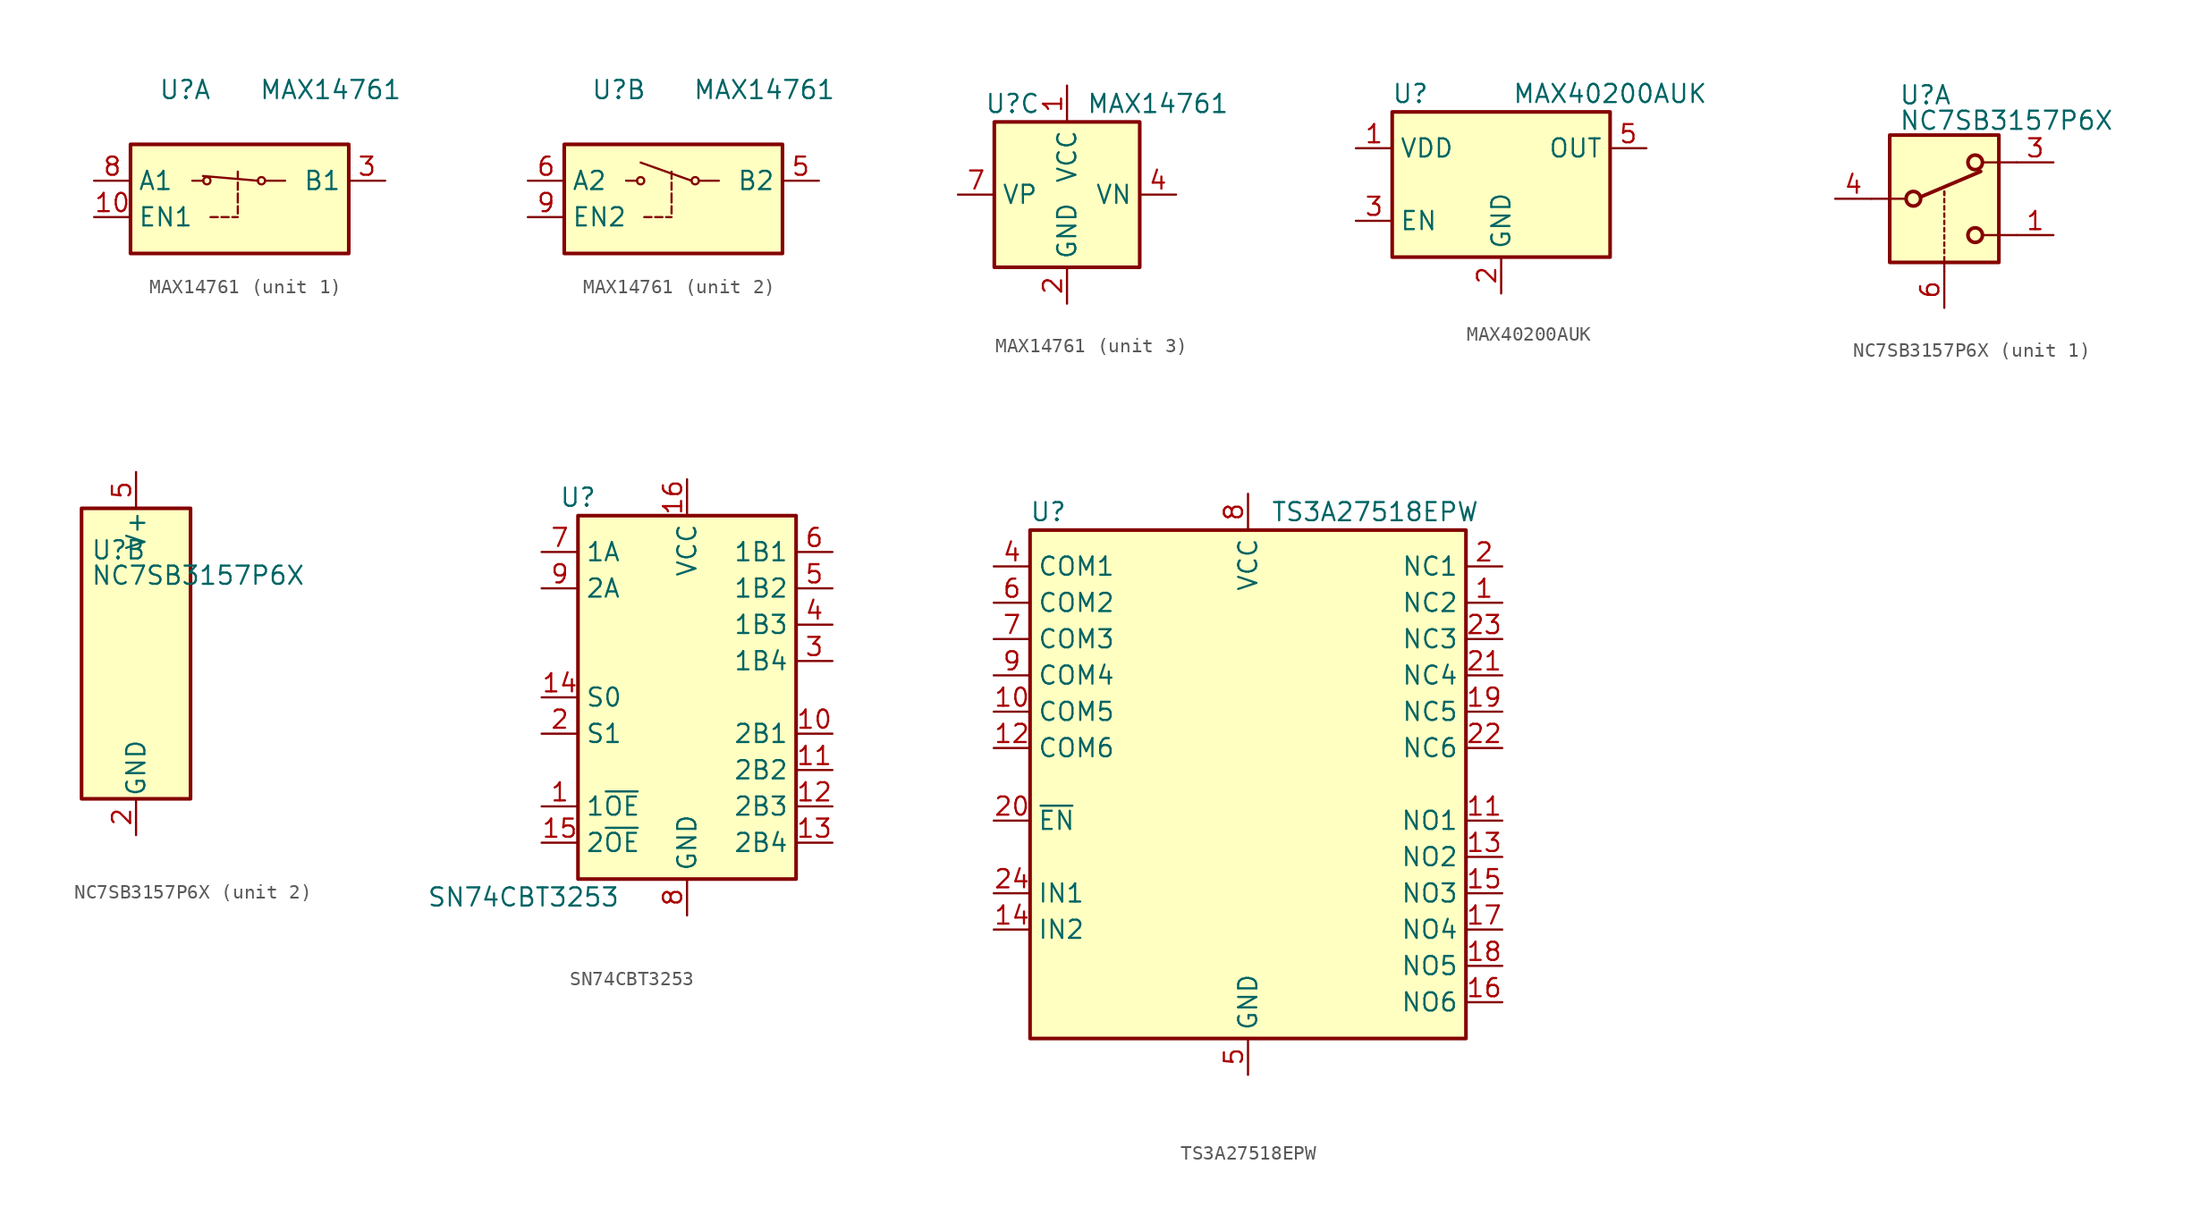
<source format=kicad_sym>
(kicad_symbol_lib
  (version 20241209)
  (generator "kicad_symbol_editor")
  (generator_version "9.0")
  (symbol "MAX14761"
    (property "Reference" "U"
      (at -3.81 6.35 0)
      (effects (font (size 1.27 1.27))))
    (property "Value" "MAX14761"
      (at 6.35 6.35 0)
      (effects (font (size 1.27 1.27))))
    (property "ki_locked" ""
      (at 0 0 0)
      (effects (font (size 1.27 1.27))))
    (symbol "MAX14761_1_1"
      (rectangle (start -7.62 2.54) (end 7.62 -5.08) (stroke (width 0.254) (type default)) (fill (type background)))
      (polyline (pts (xy -3.302 0) (xy -2.54 0)) (stroke (width 0) (type default)) (fill (type none)))
      (circle (center -2.286 0) (radius 0.254) (stroke (width 0) (type default)) (fill (type none)))
      (polyline (pts (xy -2.032 -2.54) (xy -1.524 -2.54)) (stroke (width 0) (type default)) (fill (type none)))
      (polyline (pts (xy -1.27 -2.54) (xy -0.762 -2.54)) (stroke (width 0) (type default)) (fill (type none)))
      (polyline (pts (xy -0.508 -2.54) (xy -0.127 -2.54)) (stroke (width 0) (type default)) (fill (type none)))
      (polyline (pts (xy -0.127 0.127) (xy -0.127 0.635)) (stroke (width 0) (type default)) (fill (type none)))
      (polyline (pts (xy -0.127 -0.635) (xy -0.127 -0.127)) (stroke (width 0) (type default)) (fill (type none)))
      (polyline (pts (xy -0.127 -1.524) (xy -0.127 -0.889)) (stroke (width 0) (type default)) (fill (type none)))
      (polyline (pts (xy -0.127 -2.286) (xy -0.127 -1.778)) (stroke (width 0) (type default)) (fill (type none)))
      (polyline (pts (xy 1.295 0) (xy -2.565 0.33)) (stroke (width 0) (type default)) (fill (type none)))
      (circle (center 1.524 0) (radius 0.254) (stroke (width 0) (type default)) (fill (type none)))
      (polyline (pts (xy 3.175 0) (xy 1.778 0)) (stroke (width 0) (type default)) (fill (type none)))
      (pin passive line (at -10.16 0 0) (length 2.54) (name "A1" (effects (font (size 1.27 1.27)))) (number "8" (effects (font (size 1.27 1.27)))))
      (pin input line (at -10.16 -2.54 0) (length 2.54) (name "EN1" (effects (font (size 1.27 1.27)))) (number "10" (effects (font (size 1.27 1.27)))))
      (pin passive line (at 10.16 0 180) (length 2.54) (name "B1" (effects (font (size 1.27 1.27)))) (number "3" (effects (font (size 1.27 1.27))))))
    (symbol "MAX14761_2_1"
      (rectangle (start -7.62 -5.08) (end 7.62 2.54) (stroke (width 0.254) (type default)) (fill (type background)))
      (polyline (pts (xy -3.302 0) (xy -2.54 0)) (stroke (width 0) (type default)) (fill (type none)))
      (circle (center -2.286 0) (radius 0.254) (stroke (width 0) (type default)) (fill (type none)))
      (polyline (pts (xy -2.032 -2.54) (xy -1.524 -2.54)) (stroke (width 0) (type default)) (fill (type none)))
      (polyline (pts (xy -1.27 -2.54) (xy -0.762 -2.54)) (stroke (width 0) (type default)) (fill (type none)))
      (polyline (pts (xy -0.508 -2.54) (xy -0.127 -2.54)) (stroke (width 0) (type default)) (fill (type none)))
      (polyline (pts (xy -0.127 0.127) (xy -0.127 0.635)) (stroke (width 0) (type default)) (fill (type none)))
      (polyline (pts (xy -0.127 -0.635) (xy -0.127 -0.127)) (stroke (width 0) (type default)) (fill (type none)))
      (polyline (pts (xy -0.127 -1.524) (xy -0.127 -0.889)) (stroke (width 0) (type default)) (fill (type none)))
      (polyline (pts (xy -0.127 -2.286) (xy -0.127 -1.778)) (stroke (width 0) (type default)) (fill (type none)))
      (polyline (pts (xy 1.27 0) (xy -2.286 1.27)) (stroke (width 0) (type default)) (fill (type none)))
      (circle (center 1.524 0) (radius 0.254) (stroke (width 0) (type default)) (fill (type none)))
      (polyline (pts (xy 3.175 0) (xy 1.778 0)) (stroke (width 0) (type default)) (fill (type none)))
      (pin passive line (at -10.16 0 0) (length 2.54) (name "A2" (effects (font (size 1.27 1.27)))) (number "6" (effects (font (size 1.27 1.27)))))
      (pin input line (at -10.16 -2.54 0) (length 2.54) (name "EN2" (effects (font (size 1.27 1.27)))) (number "9" (effects (font (size 1.27 1.27)))))
      (pin passive line (at 10.16 0 180) (length 2.54) (name "B2" (effects (font (size 1.27 1.27)))) (number "5" (effects (font (size 1.27 1.27))))))
    (symbol "MAX14761_3_1"
      (rectangle (start -5.08 5.08) (end 5.08 -5.08) (stroke (width 0.254) (type default)) (fill (type background)))
      (pin passive line (at -7.62 0 0) (length 2.54) (name "VP" (effects (font (size 1.27 1.27)))) (number "7" (effects (font (size 1.27 1.27)))))
      (pin power_in line (at 0 7.62 270) (length 2.54) (name "VCC" (effects (font (size 1.27 1.27)))) (number "1" (effects (font (size 1.27 1.27)))))
      (pin power_in line (at 0 -7.62 90) (length 2.54) (name "GND" (effects (font (size 1.27 1.27)))) (number "2" (effects (font (size 1.27 1.27)))))
      (pin passive line (at 7.62 0 180) (length 2.54) (hide yes) (name "VN" (effects (font (size 1.27 1.27)))) (number "11" (effects (font (size 1.27 1.27)))))
      (pin passive line (at 7.62 0 180) (length 2.54) (name "VN" (effects (font (size 1.27 1.27)))) (number "4" (effects (font (size 1.27 1.27)))))))
  (symbol "MAX40200AUK"
    (property "Reference" "U"
      (at -6.35 6.35 0)
      (effects (font (size 1.27 1.27))))
    (property "Value" "MAX40200AUK"
      (at 7.62 6.35 0)
      (effects (font (size 1.27 1.27))))
    (symbol "MAX40200AUK_1_1"
      (rectangle (start -7.62 -5.08) (end 7.62 5.08) (stroke (width 0.254) (type default)) (fill (type background)))
      (pin power_in line (at -10.16 2.54 0) (length 2.54) (name "VDD" (effects (font (size 1.27 1.27)))) (number "1" (effects (font (size 1.27 1.27)))))
      (pin input line (at -10.16 -2.54 0) (length 2.54) (name "EN" (effects (font (size 1.27 1.27)))) (number "3" (effects (font (size 1.27 1.27)))))
      (pin power_in line (at 0 -7.62 90) (length 2.54) (name "GND" (effects (font (size 1.27 1.27)))) (number "2" (effects (font (size 1.27 1.27)))))
      (pin no_connect line (at 7.62 -2.54 180) (length 2.54) (hide yes) (name "NC" (effects (font (size 1.27 1.27)))) (number "4" (effects (font (size 1.27 1.27)))))
      (pin passive line (at 10.16 2.54 180) (length 2.54) (name "OUT" (effects (font (size 1.27 1.27)))) (number "5" (effects (font (size 1.27 1.27)))))))
  (symbol "NC7SB3157P6X"
    (pin_names
      (offset 0.127))
    (property "Reference" "U"
      (at -3.175 7.239 0)
      (effects (font (size 1.27 1.27)) (justify left)))
    (property "Value" "NC7SB3157P6X"
      (at -3.175 5.461 0)
      (effects (font (size 1.27 1.27)) (justify left)))
    (symbol "NC7SB3157P6X_1_1"
      (polyline (pts (xy -5.08 0) (xy -2.794 0)) (stroke (width 0) (type default)) (fill (type none)))
      (rectangle (start -3.81 4.445) (end 3.81 -4.445) (stroke (width 0.254) (type default)) (fill (type background)))
      (circle (center -2.159 0) (radius 0.508) (stroke (width 0.254) (type default)) (fill (type none)))
      (polyline (pts (xy -1.651 0.127) (xy 2.54 1.905)) (stroke (width 0.254) (type default)) (fill (type none)))
      (polyline (pts (xy 0 0.254) (xy 0 0.508)) (stroke (width 0) (type default)) (fill (type none)))
      (polyline (pts (xy 0 0.254) (xy 0 0.508)) (stroke (width 0) (type default)) (fill (type none)))
      (polyline (pts (xy 0 -0.254) (xy 0 0)) (stroke (width 0) (type default)) (fill (type none)))
      (polyline (pts (xy 0 -0.762) (xy 0 -0.508)) (stroke (width 0) (type default)) (fill (type none)))
      (polyline (pts (xy 0 -1.27) (xy 0 -1.016)) (stroke (width 0) (type default)) (fill (type none)))
      (polyline (pts (xy 0 -1.778) (xy 0 -1.524)) (stroke (width 0) (type default)) (fill (type none)))
      (polyline (pts (xy 0 -2.286) (xy 0 -2.032)) (stroke (width 0) (type default)) (fill (type none)))
      (polyline (pts (xy 0 -2.794) (xy 0 -2.54)) (stroke (width 0) (type default)) (fill (type none)))
      (polyline (pts (xy 0 -3.302) (xy 0 -3.048)) (stroke (width 0) (type default)) (fill (type none)))
      (polyline (pts (xy 0 -3.81) (xy 0 -3.556)) (stroke (width 0) (type default)) (fill (type none)))
      (polyline (pts (xy 0 -4.318) (xy 0 -4.064)) (stroke (width 0) (type default)) (fill (type none)))
      (polyline (pts (xy 0 -5.08) (xy 0 -4.572)) (stroke (width 0) (type default)) (fill (type none)))
      (circle (center 2.159 2.54) (radius 0.508) (stroke (width 0.254) (type default)) (fill (type none)))
      (circle (center 2.159 -2.54) (radius 0.508) (stroke (width 0.254) (type default)) (fill (type none)))
      (polyline (pts (xy 5.08 2.54) (xy 2.794 2.54)) (stroke (width 0) (type default)) (fill (type none)))
      (polyline (pts (xy 5.08 -2.54) (xy 2.794 -2.54)) (stroke (width 0) (type default)) (fill (type none)))
      (pin passive line (at -7.62 0 0) (length 2.54) (name "~" (effects (font (size 1.27 1.27)))) (number "4" (effects (font (size 1.27 1.27)))))
      (pin input line (at 0 -7.62 90) (length 2.54) (name "~" (effects (font (size 1.27 1.27)))) (number "6" (effects (font (size 1.27 1.27)))))
      (pin passive line (at 7.62 2.54 180) (length 2.54) (name "~" (effects (font (size 1.27 1.27)))) (number "3" (effects (font (size 1.27 1.27)))))
      (pin passive line (at 7.62 -2.54 180) (length 2.54) (name "~" (effects (font (size 1.27 1.27)))) (number "1" (effects (font (size 1.27 1.27))))))
    (symbol "NC7SB3157P6X_2_0"
      (pin power_in line (at 0 12.7 270) (length 2.54) (name "V+" (effects (font (size 1.27 1.27)))) (number "5" (effects (font (size 1.27 1.27)))))
      (pin power_in line (at 0 -12.7 90) (length 2.54) (name "GND" (effects (font (size 1.27 1.27)))) (number "2" (effects (font (size 1.27 1.27))))))
    (symbol "NC7SB3157P6X_2_1"
      (rectangle (start -3.81 10.16) (end 3.81 -10.16) (stroke (width 0.254) (type default)) (fill (type background)))))
  (symbol "SN74CBT3253"
    (property "Reference" "U"
      (at -7.62 13.97 0)
      (effects (font (size 1.27 1.27))))
    (property "Value" "SN74CBT3253"
      (at -11.43 -13.97 0)
      (effects (font (size 1.27 1.27))))
    (symbol "SN74CBT3253_0_1"
      (rectangle (start -7.62 12.7) (end 7.62 -12.7) (stroke (width 0.254) (type default)) (fill (type background)))
      (rectangle (start 7.62 -12.7) (end 7.62 -12.7) (stroke (width 0) (type default)) (fill (type none))))
    (symbol "SN74CBT3253_1_1"
      (pin bidirectional line (at -10.16 10.16 0) (length 2.54) (name "1A" (effects (font (size 1.27 1.27)))) (number "7" (effects (font (size 1.27 1.27)))))
      (pin bidirectional line (at -10.16 7.62 0) (length 2.54) (name "2A" (effects (font (size 1.27 1.27)))) (number "9" (effects (font (size 1.27 1.27)))))
      (pin input line (at -10.16 0 0) (length 2.54) (name "S0" (effects (font (size 1.27 1.27)))) (number "14" (effects (font (size 1.27 1.27)))))
      (pin input line (at -10.16 -2.54 0) (length 2.54) (name "S1" (effects (font (size 1.27 1.27)))) (number "2" (effects (font (size 1.27 1.27)))))
      (pin input line (at -10.16 -7.62 0) (length 2.54) (name "1~{OE}" (effects (font (size 1.27 1.27)))) (number "1" (effects (font (size 1.27 1.27)))))
      (pin input line (at -10.16 -10.16 0) (length 2.54) (name "2~{OE}" (effects (font (size 1.27 1.27)))) (number "15" (effects (font (size 1.27 1.27)))))
      (pin power_in line (at 0 15.24 270) (length 2.54) (name "VCC" (effects (font (size 1.27 1.27)))) (number "16" (effects (font (size 1.27 1.27)))))
      (pin power_in line (at 0 -15.24 90) (length 2.54) (name "GND" (effects (font (size 1.27 1.27)))) (number "8" (effects (font (size 1.27 1.27)))))
      (pin bidirectional line (at 10.16 10.16 180) (length 2.54) (name "1B1" (effects (font (size 1.27 1.27)))) (number "6" (effects (font (size 1.27 1.27)))))
      (pin bidirectional line (at 10.16 7.62 180) (length 2.54) (name "1B2" (effects (font (size 1.27 1.27)))) (number "5" (effects (font (size 1.27 1.27)))))
      (pin bidirectional line (at 10.16 5.08 180) (length 2.54) (name "1B3" (effects (font (size 1.27 1.27)))) (number "4" (effects (font (size 1.27 1.27)))))
      (pin bidirectional line (at 10.16 2.54 180) (length 2.54) (name "1B4" (effects (font (size 1.27 1.27)))) (number "3" (effects (font (size 1.27 1.27)))))
      (pin bidirectional line (at 10.16 -2.54 180) (length 2.54) (name "2B1" (effects (font (size 1.27 1.27)))) (number "10" (effects (font (size 1.27 1.27)))))
      (pin bidirectional line (at 10.16 -5.08 180) (length 2.54) (name "2B2" (effects (font (size 1.27 1.27)))) (number "11" (effects (font (size 1.27 1.27)))))
      (pin bidirectional line (at 10.16 -7.62 180) (length 2.54) (name "2B3" (effects (font (size 1.27 1.27)))) (number "12" (effects (font (size 1.27 1.27)))))
      (pin bidirectional line (at 10.16 -10.16 180) (length 2.54) (name "2B4" (effects (font (size 1.27 1.27)))) (number "13" (effects (font (size 1.27 1.27)))))))
  (symbol "TS3A27518EPW"
    (property "Reference" "U"
      (at -13.97 19.05 0)
      (effects (font (size 1.27 1.27))))
    (property "Value" "TS3A27518EPW"
      (at 8.89 19.05 0)
      (effects (font (size 1.27 1.27))))
    (symbol "TS3A27518EPW_0_1"
      (rectangle (start 15.24 -17.78) (end -15.24 17.78) (stroke (width 0.254) (type default)) (fill (type background))))
    (symbol "TS3A27518EPW_1_1"
      (pin bidirectional line (at -17.78 15.24 0) (length 2.54) (name "COM1" (effects (font (size 1.27 1.27)))) (number "4" (effects (font (size 1.27 1.27)))))
      (pin bidirectional line (at -17.78 12.7 0) (length 2.54) (name "COM2" (effects (font (size 1.27 1.27)))) (number "6" (effects (font (size 1.27 1.27)))))
      (pin bidirectional line (at -17.78 10.16 0) (length 2.54) (name "COM3" (effects (font (size 1.27 1.27)))) (number "7" (effects (font (size 1.27 1.27)))))
      (pin bidirectional line (at -17.78 7.62 0) (length 2.54) (name "COM4" (effects (font (size 1.27 1.27)))) (number "9" (effects (font (size 1.27 1.27)))))
      (pin bidirectional line (at -17.78 5.08 0) (length 2.54) (name "COM5" (effects (font (size 1.27 1.27)))) (number "10" (effects (font (size 1.27 1.27)))))
      (pin bidirectional line (at -17.78 2.54 0) (length 2.54) (name "COM6" (effects (font (size 1.27 1.27)))) (number "12" (effects (font (size 1.27 1.27)))))
      (pin input line (at -17.78 -2.54 0) (length 2.54) (name "~{EN}" (effects (font (size 1.27 1.27)))) (number "20" (effects (font (size 1.27 1.27)))))
      (pin input line (at -17.78 -7.62 0) (length 2.54) (name "IN1" (effects (font (size 1.27 1.27)))) (number "24" (effects (font (size 1.27 1.27)))))
      (pin input line (at -17.78 -10.16 0) (length 2.54) (name "IN2" (effects (font (size 1.27 1.27)))) (number "14" (effects (font (size 1.27 1.27)))))
      (pin no_connect line (at -15.24 -15.24 0) (length 2.54) (hide yes) (name "N.C." (effects (font (size 1.27 1.27)))) (number "3" (effects (font (size 1.27 1.27)))))
      (pin power_in line (at 0 20.32 270) (length 2.54) (name "VCC" (effects (font (size 1.27 1.27)))) (number "8" (effects (font (size 1.27 1.27)))))
      (pin power_in line (at 0 -20.32 90) (length 2.54) (name "GND" (effects (font (size 1.27 1.27)))) (number "5" (effects (font (size 1.27 1.27)))))
      (pin bidirectional line (at 17.78 15.24 180) (length 2.54) (name "NC1" (effects (font (size 1.27 1.27)))) (number "2" (effects (font (size 1.27 1.27)))))
      (pin bidirectional line (at 17.78 12.7 180) (length 2.54) (name "NC2" (effects (font (size 1.27 1.27)))) (number "1" (effects (font (size 1.27 1.27)))))
      (pin bidirectional line (at 17.78 10.16 180) (length 2.54) (name "NC3" (effects (font (size 1.27 1.27)))) (number "23" (effects (font (size 1.27 1.27)))))
      (pin bidirectional line (at 17.78 7.62 180) (length 2.54) (name "NC4" (effects (font (size 1.27 1.27)))) (number "21" (effects (font (size 1.27 1.27)))))
      (pin bidirectional line (at 17.78 5.08 180) (length 2.54) (name "NC5" (effects (font (size 1.27 1.27)))) (number "19" (effects (font (size 1.27 1.27)))))
      (pin bidirectional line (at 17.78 2.54 180) (length 2.54) (name "NC6" (effects (font (size 1.27 1.27)))) (number "22" (effects (font (size 1.27 1.27)))))
      (pin bidirectional line (at 17.78 -2.54 180) (length 2.54) (name "NO1" (effects (font (size 1.27 1.27)))) (number "11" (effects (font (size 1.27 1.27)))))
      (pin bidirectional line (at 17.78 -5.08 180) (length 2.54) (name "NO2" (effects (font (size 1.27 1.27)))) (number "13" (effects (font (size 1.27 1.27)))))
      (pin bidirectional line (at 17.78 -7.62 180) (length 2.54) (name "NO3" (effects (font (size 1.27 1.27)))) (number "15" (effects (font (size 1.27 1.27)))))
      (pin bidirectional line (at 17.78 -10.16 180) (length 2.54) (name "NO4" (effects (font (size 1.27 1.27)))) (number "17" (effects (font (size 1.27 1.27)))))
      (pin bidirectional line (at 17.78 -12.7 180) (length 2.54) (name "NO5" (effects (font (size 1.27 1.27)))) (number "18" (effects (font (size 1.27 1.27)))))
      (pin bidirectional line (at 17.78 -15.24 180) (length 2.54) (name "NO6" (effects (font (size 1.27 1.27)))) (number "16" (effects (font (size 1.27 1.27))))))))
</source>
